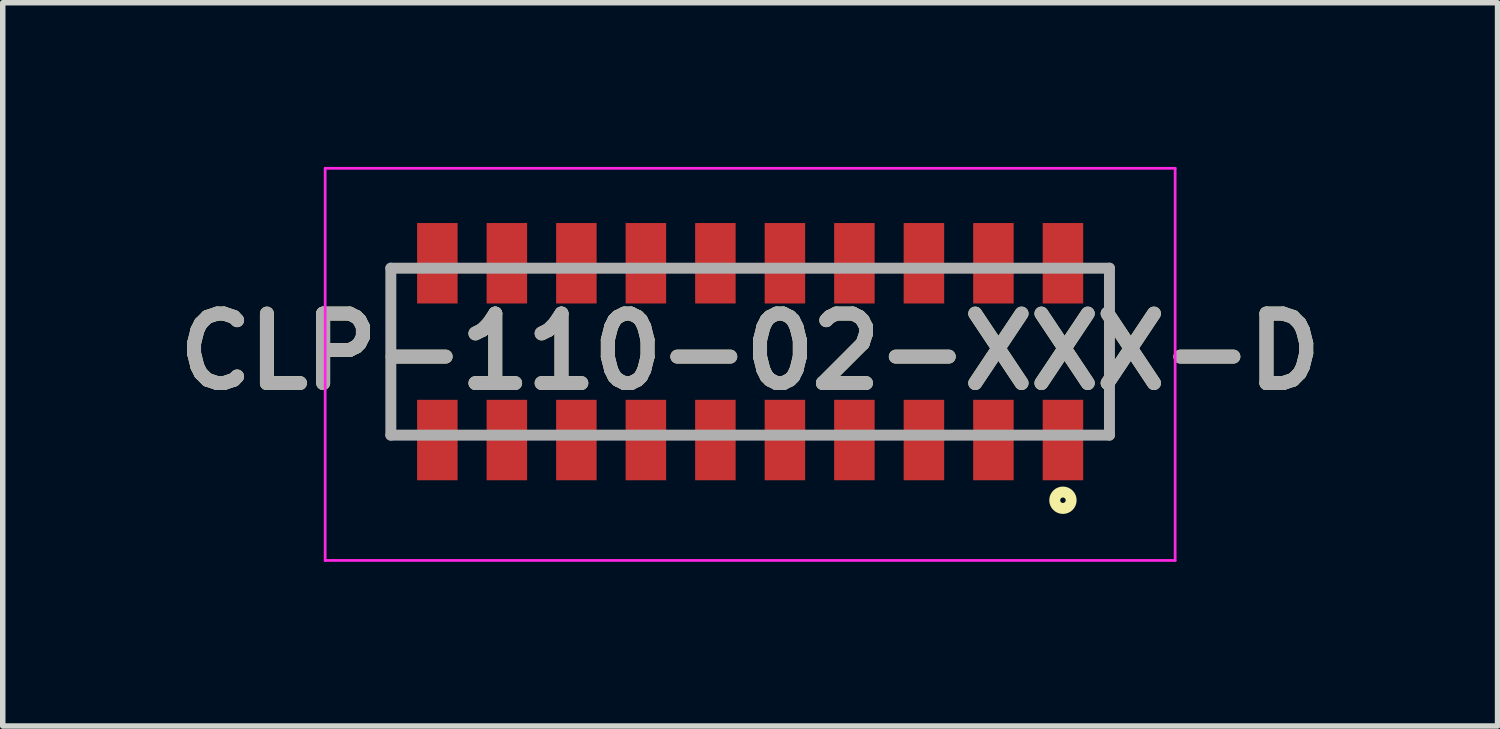
<source format=kicad_pcb>
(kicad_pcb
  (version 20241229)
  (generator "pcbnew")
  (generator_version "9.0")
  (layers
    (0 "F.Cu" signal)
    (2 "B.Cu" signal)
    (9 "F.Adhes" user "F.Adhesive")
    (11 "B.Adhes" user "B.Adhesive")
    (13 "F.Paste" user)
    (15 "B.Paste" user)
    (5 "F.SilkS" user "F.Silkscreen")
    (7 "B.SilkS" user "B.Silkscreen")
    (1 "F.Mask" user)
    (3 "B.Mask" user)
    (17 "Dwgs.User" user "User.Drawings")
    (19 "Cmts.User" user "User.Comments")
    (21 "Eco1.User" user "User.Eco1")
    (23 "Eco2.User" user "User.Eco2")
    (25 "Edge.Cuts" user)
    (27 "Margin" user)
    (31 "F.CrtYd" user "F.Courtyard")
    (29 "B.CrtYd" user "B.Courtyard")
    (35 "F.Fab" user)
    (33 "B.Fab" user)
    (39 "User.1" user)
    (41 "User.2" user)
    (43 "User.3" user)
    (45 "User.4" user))
  (footprint "CLP-110-02-XXX-D"
    (layer "F.Cu")
    (at 10.656 3.375)
    (property "Reference" "CLP-110-02-XXX-D" (at 0 0 0) (layer "F.SilkS") (effects (font (size 1.27 1.27) (thickness 0.254))))
    (attr smd)
    (fp_line (start -6.565 1.525) (end -6.565 -1.525) (stroke (width 0.1) (type solid)) (layer "F.SilkS"))
    (fp_line (start 6.565 -1.525) (end 6.565 1.525) (stroke (width 0.1) (type solid)) (layer "F.SilkS"))
    (fp_circle (center 5.715 2.715) (end 5.715 2.765) (stroke (width 0.2) (type solid)) (fill no) (layer "F.SilkS"))
    (fp_line (start -7.765 -3.35) (end 7.765 -3.35) (stroke (width 0.05) (type solid)) (layer "F.CrtYd"))
    (fp_line (start -7.765 3.815) (end -7.765 -3.35) (stroke (width 0.05) (type solid)) (layer "F.CrtYd"))
    (fp_line (start 7.765 -3.35) (end 7.765 3.815) (stroke (width 0.05) (type solid)) (layer "F.CrtYd"))
    (fp_line (start 7.765 3.815) (end -7.765 3.815) (stroke (width 0.05) (type solid)) (layer "F.CrtYd"))
    (fp_line (start -6.565 -1.525) (end 6.565 -1.525) (stroke (width 0.2) (type solid)) (layer "F.Fab"))
    (fp_line (start -6.565 1.525) (end -6.565 -1.525) (stroke (width 0.2) (type solid)) (layer "F.Fab"))
    (fp_line (start 6.565 -1.525) (end 6.565 1.525) (stroke (width 0.2) (type solid)) (layer "F.Fab"))
    (fp_line (start 6.565 1.525) (end -6.565 1.525) (stroke (width 0.2) (type solid)) (layer "F.Fab"))
    (fp_text user "${REFERENCE}" (at 0 0 0) (layer "F.Fab") (effects (font (size 1.27 1.27) (thickness 0.254))))
    (pad "1" smd rect (at 5.715 1.615) (size 0.74 1.47) (layers "F.Cu" "F.Mask" "F.Paste"))
    (pad "2" smd rect (at 5.715 -1.615) (size 0.74 1.47) (layers "F.Cu" "F.Mask" "F.Paste"))
    (pad "3" smd rect (at 4.445 1.615) (size 0.74 1.47) (layers "F.Cu" "F.Mask" "F.Paste"))
    (pad "4" smd rect (at 4.445 -1.615) (size 0.74 1.47) (layers "F.Cu" "F.Mask" "F.Paste"))
    (pad "5" smd rect (at 3.175 1.615) (size 0.74 1.47) (layers "F.Cu" "F.Mask" "F.Paste"))
    (pad "6" smd rect (at 3.175 -1.615) (size 0.74 1.47) (layers "F.Cu" "F.Mask" "F.Paste"))
    (pad "7" smd rect (at 1.905 1.615) (size 0.74 1.47) (layers "F.Cu" "F.Mask" "F.Paste"))
    (pad "8" smd rect (at 1.905 -1.615) (size 0.74 1.47) (layers "F.Cu" "F.Mask" "F.Paste"))
    (pad "9" smd rect (at 0.635 1.615) (size 0.74 1.47) (layers "F.Cu" "F.Mask" "F.Paste"))
    (pad "10" smd rect (at 0.635 -1.615) (size 0.74 1.47) (layers "F.Cu" "F.Mask" "F.Paste"))
    (pad "11" smd rect (at -0.635 1.615) (size 0.74 1.47) (layers "F.Cu" "F.Mask" "F.Paste"))
    (pad "12" smd rect (at -0.635 -1.615) (size 0.74 1.47) (layers "F.Cu" "F.Mask" "F.Paste"))
    (pad "13" smd rect (at -1.905 1.615) (size 0.74 1.47) (layers "F.Cu" "F.Mask" "F.Paste"))
    (pad "14" smd rect (at -1.905 -1.615) (size 0.74 1.47) (layers "F.Cu" "F.Mask" "F.Paste"))
    (pad "15" smd rect (at -3.175 1.615) (size 0.74 1.47) (layers "F.Cu" "F.Mask" "F.Paste"))
    (pad "16" smd rect (at -3.175 -1.615) (size 0.74 1.47) (layers "F.Cu" "F.Mask" "F.Paste"))
    (pad "17" smd rect (at -4.445 1.615) (size 0.74 1.47) (layers "F.Cu" "F.Mask" "F.Paste"))
    (pad "18" smd rect (at -4.445 -1.615) (size 0.74 1.47) (layers "F.Cu" "F.Mask" "F.Paste"))
    (pad "19" smd rect (at -5.715 1.615) (size 0.74 1.47) (layers "F.Cu" "F.Mask" "F.Paste"))
    (pad "20" smd rect (at -5.715 -1.615) (size 0.74 1.47) (layers "F.Cu" "F.Mask" "F.Paste")))
  (gr_rect
    (start -3 -3)
    (end 24.312 10.215)
    (stroke (width 0.1) (type default))
    (fill no)
    (layer "Edge.Cuts")))
</source>
